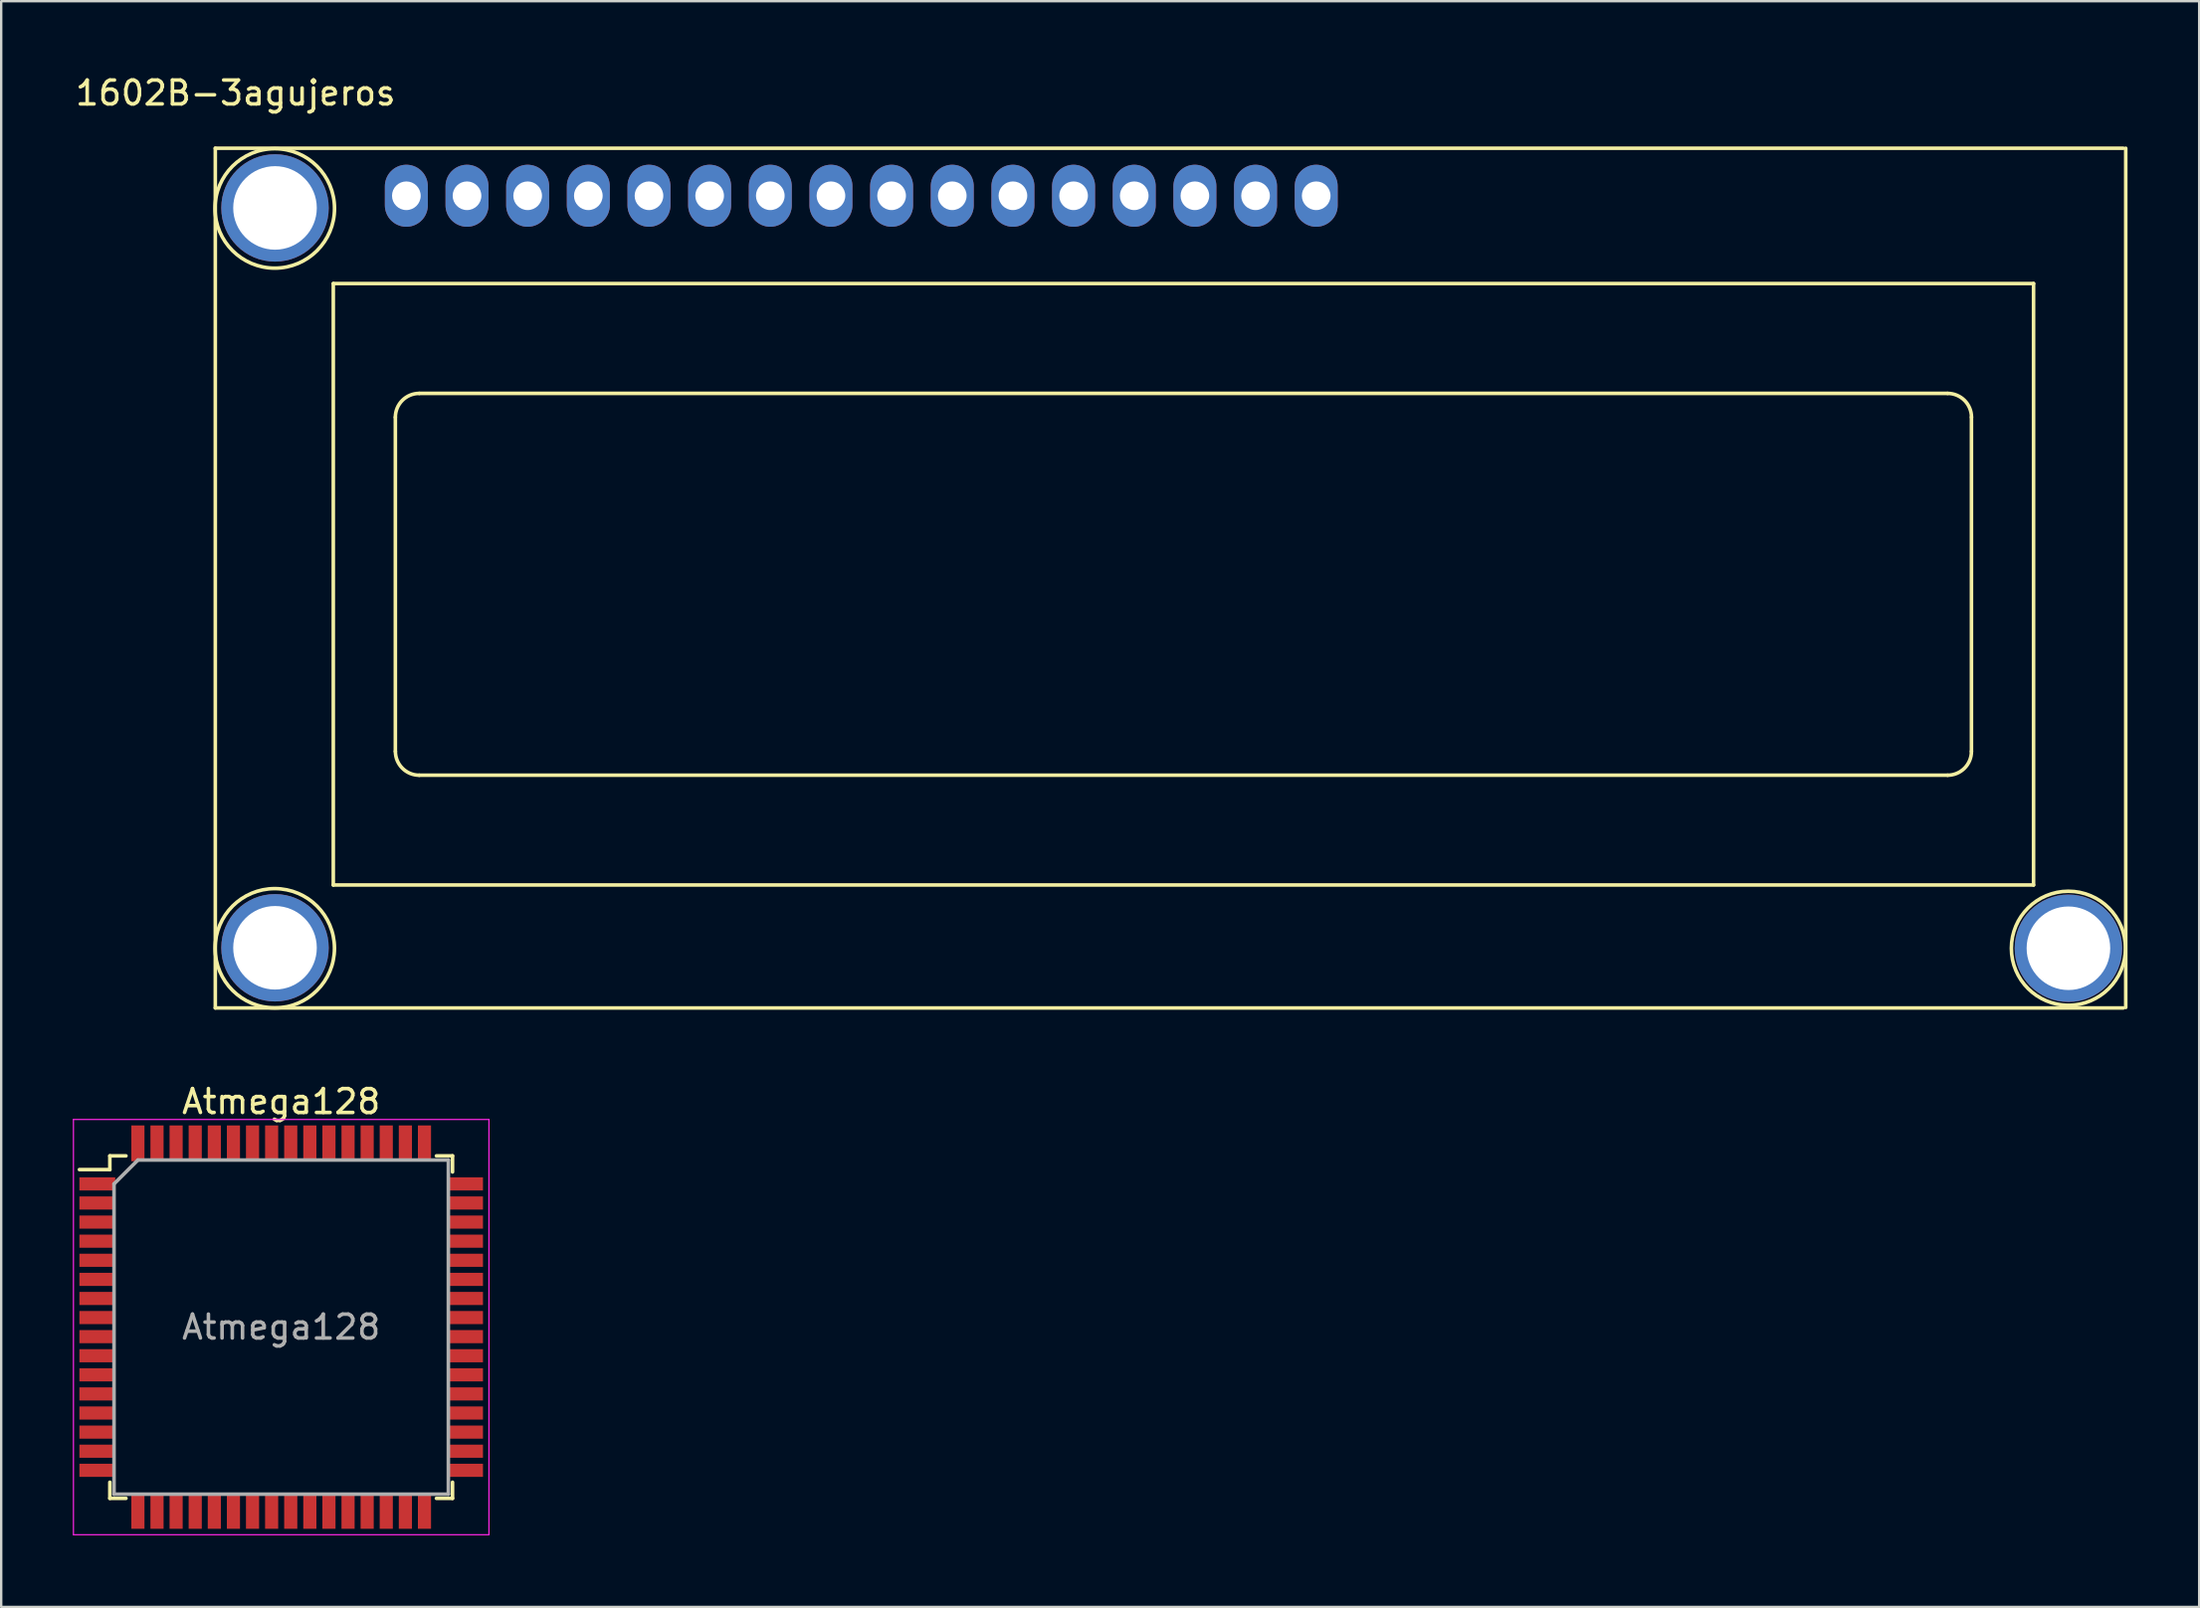
<source format=kicad_pcb>
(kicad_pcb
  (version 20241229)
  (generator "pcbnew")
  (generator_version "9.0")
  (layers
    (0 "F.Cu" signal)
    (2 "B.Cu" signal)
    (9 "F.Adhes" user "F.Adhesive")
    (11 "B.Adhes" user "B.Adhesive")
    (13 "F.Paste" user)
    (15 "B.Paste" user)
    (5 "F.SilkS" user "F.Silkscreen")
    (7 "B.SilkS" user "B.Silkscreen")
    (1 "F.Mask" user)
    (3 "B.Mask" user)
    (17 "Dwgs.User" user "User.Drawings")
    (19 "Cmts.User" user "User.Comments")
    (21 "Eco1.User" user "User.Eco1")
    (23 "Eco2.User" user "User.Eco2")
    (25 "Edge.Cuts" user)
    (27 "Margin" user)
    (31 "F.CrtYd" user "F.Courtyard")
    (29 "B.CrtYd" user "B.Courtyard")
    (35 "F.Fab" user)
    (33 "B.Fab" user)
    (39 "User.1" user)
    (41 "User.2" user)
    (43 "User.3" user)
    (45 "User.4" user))
  (footprint "1602B-3agujeros"
    (layer "F.Cu")
    (at 8.466 36.662)
    (property "Reference" "1602B-3agujeros" (at -1.651 -35.814 0) (layer "F.SilkS") (effects (font (size 1 1) (thickness 0.15))))
    (attr through_hole)
    (fp_line (start -2.5 -33.5) (end -2.5 2.52) (stroke (width 0.15) (type solid)) (layer "F.SilkS"))
    (fp_line (start 2.441 -27.83) (end 73.64 -27.83) (stroke (width 0.15) (type solid)) (layer "F.SilkS"))
    (fp_line (start 2.441 -2.63) (end 2.441 -27.83) (stroke (width 0.15) (type solid)) (layer "F.SilkS"))
    (fp_line (start 5.04 -8.228) (end 5.04 -22.229) (stroke (width 0.15) (type solid)) (layer "F.SilkS"))
    (fp_line (start 6.04 -23.23) (end 70.041 -23.23) (stroke (width 0.15) (type solid)) (layer "F.SilkS"))
    (fp_line (start 70.041 -7.23) (end 6.04 -7.23) (stroke (width 0.15) (type solid)) (layer "F.SilkS"))
    (fp_line (start 71.039 -22.229) (end 71.039 -8.228) (stroke (width 0.15) (type solid)) (layer "F.SilkS"))
    (fp_line (start 73.64 -27.83) (end 73.64 -2.63) (stroke (width 0.15) (type solid)) (layer "F.SilkS"))
    (fp_line (start 73.64 -2.63) (end 2.441 -2.63) (stroke (width 0.15) (type solid)) (layer "F.SilkS"))
    (fp_line (start 77.4 -33.5) (end -2.5 -33.5) (stroke (width 0.15) (type solid)) (layer "F.SilkS"))
    (fp_line (start 77.4 2.521) (end -2.5 2.521) (stroke (width 0.15) (type solid)) (layer "F.SilkS"))
    (fp_line (start 77.5 -33.5) (end 77.5 2.5) (stroke (width 0.15) (type solid)) (layer "F.SilkS"))
    (fp_arc (start 5.0395 -22.22894) (mid 5.332616 -22.936584) (end 6.04026 -23.2297) (stroke (width 0.15) (type solid)) (layer "F.SilkS"))
    (fp_arc (start 6.04026 -7.23024) (mid 5.334412 -7.522612) (end 5.04204 -8.22846) (stroke (width 0.15) (type solid)) (layer "F.SilkS"))
    (fp_arc (start 70.04064 -23.2297) (mid 70.748284 -22.936584) (end 71.0414 -22.22894) (stroke (width 0.15) (type solid)) (layer "F.SilkS"))
    (fp_arc (start 71.03886 -8.22846) (mid 70.746488 -7.522612) (end 70.04064 -7.23024) (stroke (width 0.15) (type solid)) (layer "F.SilkS"))
    (fp_circle (center -0.01 -30.979) (end 2.492 -30.979) (stroke (width 0.15) (type solid)) (fill no) (layer "F.SilkS"))
    (fp_circle (center -0.009 0.02) (end 2.49 0.02) (stroke (width 0.15) (type solid)) (fill no) (layer "F.SilkS"))
    (fp_circle (center 75.1 0.02) (end 77.489 0.02) (stroke (width 0.15) (type solid)) (fill no) (layer "F.SilkS"))
    (pad "0" thru_hole circle (at 0 -31) (size 4.5 4.5) (drill 3.5) (layers "*.Cu" "*.Mask"))
    (pad "0" thru_hole circle (at 0 0) (size 4.5 4.5) (drill 3.5) (layers "*.Cu" "*.Mask"))
    (pad "0" thru_hole circle (at 75.1 0.02) (size 4.5 4.5) (drill 3.5) (layers "*.Cu" "*.Mask"))
    (pad "1" thru_hole oval (at 5.5 -31.51 180) (size 1.8 2.6) (drill 1.2) (layers "*.Cu" "*.Mask"))
    (pad "2" thru_hole oval (at 8.04 -31.51 180) (size 1.8 2.6) (drill 1.2) (layers "*.Cu" "*.Mask"))
    (pad "3" thru_hole oval (at 10.58 -31.51 180) (size 1.8 2.6) (drill 1.2) (layers "*.Cu" "*.Mask"))
    (pad "4" thru_hole oval (at 13.12 -31.51 180) (size 1.8 2.6) (drill 1.2) (layers "*.Cu" "*.Mask"))
    (pad "5" thru_hole oval (at 15.66 -31.51 180) (size 1.8 2.6) (drill 1.2) (layers "*.Cu" "*.Mask"))
    (pad "6" thru_hole oval (at 18.2 -31.51 180) (size 1.8 2.6) (drill 1.2) (layers "*.Cu" "*.Mask"))
    (pad "7" thru_hole oval (at 20.74 -31.51 180) (size 1.8 2.6) (drill 1.2) (layers "*.Cu" "*.Mask"))
    (pad "8" thru_hole oval (at 23.28 -31.51 180) (size 1.8 2.6) (drill 1.2) (layers "*.Cu" "*.Mask"))
    (pad "9" thru_hole oval (at 25.82 -31.51 180) (size 1.8 2.6) (drill 1.2) (layers "*.Cu" "*.Mask"))
    (pad "10" thru_hole oval (at 28.36 -31.51 180) (size 1.8 2.6) (drill 1.2) (layers "*.Cu" "*.Mask"))
    (pad "11" thru_hole oval (at 30.9 -31.51 180) (size 1.8 2.6) (drill 1.2) (layers "*.Cu" "*.Mask"))
    (pad "12" thru_hole oval (at 33.44 -31.51 180) (size 1.8 2.6) (drill 1.2) (layers "*.Cu" "*.Mask"))
    (pad "13" thru_hole oval (at 35.98 -31.51 180) (size 1.8 2.6) (drill 1.2) (layers "*.Cu" "*.Mask"))
    (pad "14" thru_hole oval (at 38.52 -31.51 180) (size 1.8 2.6) (drill 1.2) (layers "*.Cu" "*.Mask"))
    (pad "15" thru_hole oval (at 41.06 -31.51) (size 1.8 2.6) (drill 1.2) (layers "*.Cu" "*.Mask"))
    (pad "16" thru_hole oval (at 43.6 -31.51) (size 1.8 2.6) (drill 1.2) (layers "*.Cu" "*.Mask")))
  (footprint "Atmega128"
    (layer "F.Cu")
    (at 8.725 52.556)
    (property "Reference" "Atmega128" (at 0 -9.45 0) (layer "F.SilkS") (effects (font (size 1 1) (thickness 0.15))))
    (attr smd)
    (fp_line (start -7.175 -7.175) (end -7.175 -6.6) (stroke (width 0.15) (type solid)) (layer "F.SilkS"))
    (fp_line (start -7.175 -7.175) (end -6.5 -7.175) (stroke (width 0.15) (type solid)) (layer "F.SilkS"))
    (fp_line (start -7.175 -6.6) (end -8.45 -6.6) (stroke (width 0.15) (type solid)) (layer "F.SilkS"))
    (fp_line (start -7.175 7.175) (end -7.175 6.5) (stroke (width 0.15) (type solid)) (layer "F.SilkS"))
    (fp_line (start -7.175 7.175) (end -6.5 7.175) (stroke (width 0.15) (type solid)) (layer "F.SilkS"))
    (fp_line (start 7.175 -7.175) (end 6.5 -7.175) (stroke (width 0.15) (type solid)) (layer "F.SilkS"))
    (fp_line (start 7.175 -7.175) (end 7.175 -6.5) (stroke (width 0.15) (type solid)) (layer "F.SilkS"))
    (fp_line (start 7.175 7.175) (end 6.5 7.175) (stroke (width 0.15) (type solid)) (layer "F.SilkS"))
    (fp_line (start 7.175 7.175) (end 7.175 6.5) (stroke (width 0.15) (type solid)) (layer "F.SilkS"))
    (fp_line (start -8.7 -8.7) (end -8.7 8.7) (stroke (width 0.05) (type solid)) (layer "F.CrtYd"))
    (fp_line (start -8.7 -8.7) (end 8.7 -8.7) (stroke (width 0.05) (type solid)) (layer "F.CrtYd"))
    (fp_line (start -8.7 8.7) (end 8.7 8.7) (stroke (width 0.05) (type solid)) (layer "F.CrtYd"))
    (fp_line (start 8.7 -8.7) (end 8.7 8.7) (stroke (width 0.05) (type solid)) (layer "F.CrtYd"))
    (fp_line (start -7 -6) (end -6 -7) (stroke (width 0.15) (type solid)) (layer "F.Fab"))
    (fp_line (start -7 7) (end -7 -6) (stroke (width 0.15) (type solid)) (layer "F.Fab"))
    (fp_line (start -6 -7) (end 7 -7) (stroke (width 0.15) (type solid)) (layer "F.Fab"))
    (fp_line (start 7 -7) (end 7 7) (stroke (width 0.15) (type solid)) (layer "F.Fab"))
    (fp_line (start 7 7) (end -7 7) (stroke (width 0.15) (type solid)) (layer "F.Fab"))
    (fp_text user "${REFERENCE}" (at 0 0 0) (layer "F.Fab") (effects (font (size 1 1) (thickness 0.15))))
    (pad "1" smd rect (at -7.7 -6) (size 1.5 0.55) (layers "F.Cu" "F.Mask" "F.Paste"))
    (pad "2" smd rect (at -7.7 -5.2) (size 1.5 0.55) (layers "F.Cu" "F.Mask" "F.Paste"))
    (pad "3" smd rect (at -7.7 -4.4) (size 1.5 0.55) (layers "F.Cu" "F.Mask" "F.Paste"))
    (pad "4" smd rect (at -7.7 -3.6) (size 1.5 0.55) (layers "F.Cu" "F.Mask" "F.Paste"))
    (pad "5" smd rect (at -7.7 -2.8) (size 1.5 0.55) (layers "F.Cu" "F.Mask" "F.Paste"))
    (pad "6" smd rect (at -7.7 -2) (size 1.5 0.55) (layers "F.Cu" "F.Mask" "F.Paste"))
    (pad "7" smd rect (at -7.7 -1.2) (size 1.5 0.55) (layers "F.Cu" "F.Mask" "F.Paste"))
    (pad "8" smd rect (at -7.7 -0.4) (size 1.5 0.55) (layers "F.Cu" "F.Mask" "F.Paste"))
    (pad "9" smd rect (at -7.7 0.4) (size 1.5 0.55) (layers "F.Cu" "F.Mask" "F.Paste"))
    (pad "10" smd rect (at -7.7 1.2) (size 1.5 0.55) (layers "F.Cu" "F.Mask" "F.Paste"))
    (pad "11" smd rect (at -7.7 2) (size 1.5 0.55) (layers "F.Cu" "F.Mask" "F.Paste"))
    (pad "12" smd rect (at -7.7 2.8) (size 1.5 0.55) (layers "F.Cu" "F.Mask" "F.Paste"))
    (pad "13" smd rect (at -7.7 3.6) (size 1.5 0.55) (layers "F.Cu" "F.Mask" "F.Paste"))
    (pad "14" smd rect (at -7.7 4.4) (size 1.5 0.55) (layers "F.Cu" "F.Mask" "F.Paste"))
    (pad "15" smd rect (at -7.7 5.2) (size 1.5 0.55) (layers "F.Cu" "F.Mask" "F.Paste"))
    (pad "16" smd rect (at -7.7 6) (size 1.5 0.55) (layers "F.Cu" "F.Mask" "F.Paste"))
    (pad "17" smd rect (at -6 7.7 90) (size 1.5 0.55) (layers "F.Cu" "F.Mask" "F.Paste"))
    (pad "18" smd rect (at -5.2 7.7 90) (size 1.5 0.55) (layers "F.Cu" "F.Mask" "F.Paste"))
    (pad "19" smd rect (at -4.4 7.7 90) (size 1.5 0.55) (layers "F.Cu" "F.Mask" "F.Paste"))
    (pad "20" smd rect (at -3.6 7.7 90) (size 1.5 0.55) (layers "F.Cu" "F.Mask" "F.Paste"))
    (pad "21" smd rect (at -2.8 7.7 90) (size 1.5 0.55) (layers "F.Cu" "F.Mask" "F.Paste"))
    (pad "22" smd rect (at -2 7.7 90) (size 1.5 0.55) (layers "F.Cu" "F.Mask" "F.Paste"))
    (pad "23" smd rect (at -1.2 7.7 90) (size 1.5 0.55) (layers "F.Cu" "F.Mask" "F.Paste"))
    (pad "24" smd rect (at -0.4 7.7 90) (size 1.5 0.55) (layers "F.Cu" "F.Mask" "F.Paste"))
    (pad "25" smd rect (at 0.4 7.7 90) (size 1.5 0.55) (layers "F.Cu" "F.Mask" "F.Paste"))
    (pad "26" smd rect (at 1.2 7.7 90) (size 1.5 0.55) (layers "F.Cu" "F.Mask" "F.Paste"))
    (pad "27" smd rect (at 2 7.7 90) (size 1.5 0.55) (layers "F.Cu" "F.Mask" "F.Paste"))
    (pad "28" smd rect (at 2.8 7.7 90) (size 1.5 0.55) (layers "F.Cu" "F.Mask" "F.Paste"))
    (pad "29" smd rect (at 3.6 7.7 90) (size 1.5 0.55) (layers "F.Cu" "F.Mask" "F.Paste"))
    (pad "30" smd rect (at 4.4 7.7 90) (size 1.5 0.55) (layers "F.Cu" "F.Mask" "F.Paste"))
    (pad "31" smd rect (at 5.2 7.7 90) (size 1.5 0.55) (layers "F.Cu" "F.Mask" "F.Paste"))
    (pad "32" smd rect (at 6 7.7 90) (size 1.5 0.55) (layers "F.Cu" "F.Mask" "F.Paste"))
    (pad "33" smd rect (at 7.7 6) (size 1.5 0.55) (layers "F.Cu" "F.Mask" "F.Paste"))
    (pad "34" smd rect (at 7.7 5.2) (size 1.5 0.55) (layers "F.Cu" "F.Mask" "F.Paste"))
    (pad "35" smd rect (at 7.7 4.4) (size 1.5 0.55) (layers "F.Cu" "F.Mask" "F.Paste"))
    (pad "36" smd rect (at 7.7 3.6) (size 1.5 0.55) (layers "F.Cu" "F.Mask" "F.Paste"))
    (pad "37" smd rect (at 7.7 2.8) (size 1.5 0.55) (layers "F.Cu" "F.Mask" "F.Paste"))
    (pad "38" smd rect (at 7.7 2) (size 1.5 0.55) (layers "F.Cu" "F.Mask" "F.Paste"))
    (pad "39" smd rect (at 7.7 1.2) (size 1.5 0.55) (layers "F.Cu" "F.Mask" "F.Paste"))
    (pad "40" smd rect (at 7.7 0.4) (size 1.5 0.55) (layers "F.Cu" "F.Mask" "F.Paste"))
    (pad "41" smd rect (at 7.7 -0.4) (size 1.5 0.55) (layers "F.Cu" "F.Mask" "F.Paste"))
    (pad "42" smd rect (at 7.7 -1.2) (size 1.5 0.55) (layers "F.Cu" "F.Mask" "F.Paste"))
    (pad "43" smd rect (at 7.7 -2) (size 1.5 0.55) (layers "F.Cu" "F.Mask" "F.Paste"))
    (pad "44" smd rect (at 7.7 -2.8) (size 1.5 0.55) (layers "F.Cu" "F.Mask" "F.Paste"))
    (pad "45" smd rect (at 7.7 -3.6) (size 1.5 0.55) (layers "F.Cu" "F.Mask" "F.Paste"))
    (pad "46" smd rect (at 7.7 -4.4) (size 1.5 0.55) (layers "F.Cu" "F.Mask" "F.Paste"))
    (pad "47" smd rect (at 7.7 -5.2) (size 1.5 0.55) (layers "F.Cu" "F.Mask" "F.Paste"))
    (pad "48" smd rect (at 7.7 -6) (size 1.5 0.55) (layers "F.Cu" "F.Mask" "F.Paste"))
    (pad "49" smd rect (at 6 -7.7 90) (size 1.5 0.55) (layers "F.Cu" "F.Mask" "F.Paste"))
    (pad "50" smd rect (at 5.2 -7.7 90) (size 1.5 0.55) (layers "F.Cu" "F.Mask" "F.Paste"))
    (pad "51" smd rect (at 4.4 -7.7 90) (size 1.5 0.55) (layers "F.Cu" "F.Mask" "F.Paste"))
    (pad "52" smd rect (at 3.6 -7.7 90) (size 1.5 0.55) (layers "F.Cu" "F.Mask" "F.Paste"))
    (pad "53" smd rect (at 2.8 -7.7 90) (size 1.5 0.55) (layers "F.Cu" "F.Mask" "F.Paste"))
    (pad "54" smd rect (at 2 -7.7 90) (size 1.5 0.55) (layers "F.Cu" "F.Mask" "F.Paste"))
    (pad "55" smd rect (at 1.2 -7.7 90) (size 1.5 0.55) (layers "F.Cu" "F.Mask" "F.Paste"))
    (pad "56" smd rect (at 0.4 -7.7 90) (size 1.5 0.55) (layers "F.Cu" "F.Mask" "F.Paste"))
    (pad "57" smd rect (at -0.4 -7.7 90) (size 1.5 0.55) (layers "F.Cu" "F.Mask" "F.Paste"))
    (pad "58" smd rect (at -1.2 -7.7 90) (size 1.5 0.55) (layers "F.Cu" "F.Mask" "F.Paste"))
    (pad "59" smd rect (at -2 -7.7 90) (size 1.5 0.55) (layers "F.Cu" "F.Mask" "F.Paste"))
    (pad "60" smd rect (at -2.8 -7.7 90) (size 1.5 0.55) (layers "F.Cu" "F.Mask" "F.Paste"))
    (pad "61" smd rect (at -3.6 -7.7 90) (size 1.5 0.55) (layers "F.Cu" "F.Mask" "F.Paste"))
    (pad "62" smd rect (at -4.4 -7.7 90) (size 1.5 0.55) (layers "F.Cu" "F.Mask" "F.Paste"))
    (pad "63" smd rect (at -5.2 -7.7 90) (size 1.5 0.55) (layers "F.Cu" "F.Mask" "F.Paste"))
    (pad "64" smd rect (at -6 -7.7 90) (size 1.5 0.55) (layers "F.Cu" "F.Mask" "F.Paste")))
  (gr_rect
    (start -3 -3)
    (end 89.041 64.281)
    (stroke (width 0.1) (type default))
    (fill no)
    (layer "Edge.Cuts")))
</source>
